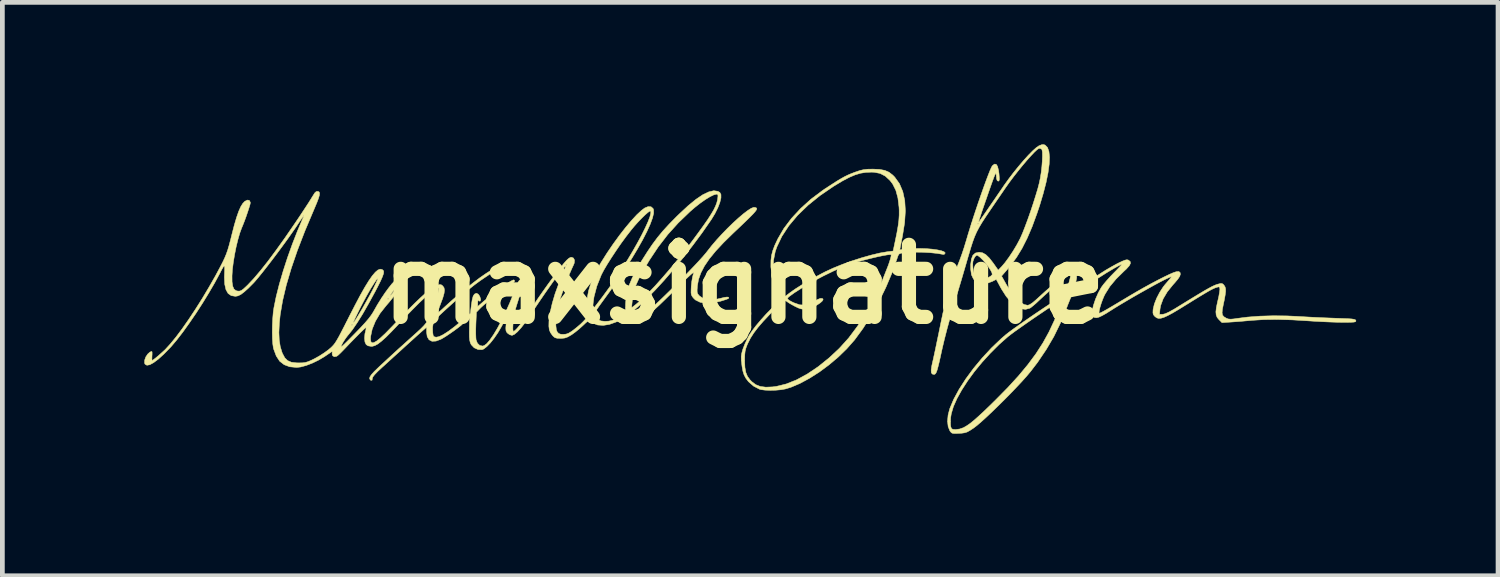
<source format=kicad_pcb>
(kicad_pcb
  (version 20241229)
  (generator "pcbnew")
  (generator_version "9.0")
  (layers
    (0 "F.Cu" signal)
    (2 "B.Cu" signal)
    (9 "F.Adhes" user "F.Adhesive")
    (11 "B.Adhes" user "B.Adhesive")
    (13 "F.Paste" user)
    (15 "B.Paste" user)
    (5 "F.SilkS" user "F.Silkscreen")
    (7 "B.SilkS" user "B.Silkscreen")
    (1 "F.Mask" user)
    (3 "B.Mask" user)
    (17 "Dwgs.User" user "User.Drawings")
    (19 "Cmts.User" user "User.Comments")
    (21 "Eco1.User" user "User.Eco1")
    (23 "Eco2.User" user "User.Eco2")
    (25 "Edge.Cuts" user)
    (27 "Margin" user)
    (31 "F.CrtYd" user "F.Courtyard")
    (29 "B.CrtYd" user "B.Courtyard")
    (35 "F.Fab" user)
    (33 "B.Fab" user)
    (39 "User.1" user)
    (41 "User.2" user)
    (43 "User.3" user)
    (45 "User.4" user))
  (footprint "maxsignature"
    (layer "F.Cu")
    (at 12.675 2.958)
    (property "Reference" "maxsignature" (at 0 0 0) (layer "F.SilkS") (effects (font (size 1.524 1.524) (thickness 0.3))))
    (attr through_hole)
    (fp_poly (pts (xy 2.865 -2.428) (xy 2.974 -2.407) (xy 3.063 -2.368) (xy 3.143 -2.306) (xy 3.183 -2.265) (xy 3.283 -2.126) (xy 3.353 -1.961) (xy 3.395 -1.77) (xy 3.408 -1.55) (xy 3.392 -1.302) (xy 3.348 -1.026) (xy 3.29 -0.729) (xy 3.47 -0.747) (xy 3.594 -0.756) (xy 3.724 -0.757) (xy 3.852 -0.753) (xy 3.973 -0.743) (xy 4.08 -0.728) (xy 4.166 -0.71) (xy 4.224 -0.689) (xy 4.249 -0.665) (xy 4.249 -0.658) (xy 4.228 -0.632) (xy 4.212 -0.631) (xy 4.081 -0.653) (xy 3.923 -0.669) (xy 3.752 -0.678) (xy 3.583 -0.679) (xy 3.431 -0.672) (xy 3.361 -0.664) (xy 3.307 -0.655) (xy 3.275 -0.639) (xy 3.254 -0.606) (xy 3.233 -0.545) (xy 3.229 -0.532) (xy 3.124 -0.237) (xy 2.995 0.067) (xy 2.847 0.371) (xy 2.684 0.663) (xy 2.512 0.933) (xy 2.337 1.172) (xy 2.327 1.184) (xy 2.169 1.363) (xy 1.989 1.538) (xy 1.793 1.703) (xy 1.588 1.855) (xy 1.38 1.987) (xy 1.178 2.096) (xy 0.987 2.177) (xy 0.875 2.211) (xy 0.782 2.228) (xy 0.67 2.238) (xy 0.553 2.241) (xy 0.444 2.237) (xy 0.358 2.226) (xy 0.328 2.218) (xy 0.202 2.153) (xy 0.092 2.058) (xy 0.035 1.982) (xy -0.001 1.913) (xy -0.025 1.838) (xy -0.043 1.742) (xy -0.049 1.693) (xy -0.059 1.598) (xy -0.059 1.584) (xy 0.011 1.584) (xy 0.011 1.619) (xy 0.017 1.755) (xy 0.036 1.861) (xy 0.071 1.946) (xy 0.126 2.02) (xy 0.163 2.058) (xy 0.246 2.121) (xy 0.343 2.159) (xy 0.459 2.174) (xy 0.602 2.168) (xy 0.684 2.157) (xy 0.891 2.106) (xy 1.109 2.019) (xy 1.335 1.896) (xy 1.567 1.74) (xy 1.799 1.553) (xy 2.011 1.355) (xy 2.208 1.137) (xy 2.399 0.882) (xy 2.581 0.597) (xy 2.751 0.285) (xy 2.907 -0.046) (xy 3.044 -0.393) (xy 3.06 -0.438) (xy 3.086 -0.518) (xy 3.103 -0.581) (xy 3.108 -0.62) (xy 3.107 -0.626) (xy 3.08 -0.628) (xy 3.019 -0.621) (xy 2.931 -0.605) (xy 2.824 -0.583) (xy 2.705 -0.555) (xy 2.58 -0.524) (xy 2.457 -0.491) (xy 2.342 -0.458) (xy 2.29 -0.441) (xy 2.102 -0.373) (xy 1.894 -0.283) (xy 1.676 -0.177) (xy 1.458 -0.062) (xy 1.251 0.058) (xy 1.065 0.177) (xy 0.945 0.264) (xy 0.921 0.289) (xy 0.922 0.312) (xy 0.952 0.339) (xy 1.017 0.374) (xy 1.053 0.391) (xy 1.176 0.434) (xy 1.291 0.438) (xy 1.405 0.403) (xy 1.477 0.363) (xy 1.541 0.326) (xy 1.599 0.302) (xy 1.626 0.296) (xy 1.664 0.305) (xy 1.669 0.327) (xy 1.647 0.359) (xy 1.604 0.396) (xy 1.545 0.435) (xy 1.477 0.471) (xy 1.404 0.5) (xy 1.333 0.518) (xy 1.323 0.52) (xy 1.256 0.525) (xy 1.203 0.52) (xy 1.146 0.5) (xy 1.075 0.466) (xy 1.003 0.427) (xy 0.942 0.391) (xy 0.907 0.366) (xy 0.886 0.352) (xy 0.863 0.349) (xy 0.834 0.36) (xy 0.794 0.388) (xy 0.74 0.436) (xy 0.666 0.509) (xy 0.569 0.608) (xy 0.538 0.64) (xy 0.4 0.787) (xy 0.29 0.915) (xy 0.203 1.03) (xy 0.134 1.138) (xy 0.079 1.247) (xy 0.064 1.28) (xy 0.038 1.349) (xy 0.022 1.413) (xy 0.014 1.486) (xy 0.011 1.584) (xy -0.059 1.584) (xy -0.061 1.528) (xy -0.053 1.469) (xy -0.036 1.402) (xy -0.023 1.362) (xy 0.015 1.265) (xy 0.064 1.159) (xy 0.107 1.077) (xy 0.169 0.984) (xy 0.255 0.871) (xy 0.357 0.75) (xy 0.467 0.628) (xy 0.577 0.515) (xy 0.674 0.425) (xy 0.734 0.37) (xy 0.78 0.325) (xy 0.803 0.297) (xy 0.804 0.293) (xy 0.793 0.267) (xy 0.763 0.22) (xy 0.732 0.175) (xy 0.645 0.02) (xy 0.59 -0.159) (xy 0.573 -0.31) (xy 0.62 -0.31) (xy 0.654 -0.121) (xy 0.721 0.053) (xy 0.763 0.126) (xy 0.805 0.189) (xy 0.84 0.234) (xy 0.86 0.254) (xy 0.86 0.254) (xy 0.887 0.242) (xy 0.908 0.225) (xy 0.984 0.167) (xy 1.089 0.094) (xy 1.217 0.013) (xy 1.36 -0.072) (xy 1.509 -0.156) (xy 1.657 -0.235) (xy 1.709 -0.262) (xy 1.879 -0.341) (xy 2.071 -0.419) (xy 2.276 -0.493) (xy 2.484 -0.56) (xy 2.685 -0.617) (xy 2.869 -0.661) (xy 3.026 -0.688) (xy 3.03 -0.688) (xy 3.149 -0.703) (xy 3.193 -0.912) (xy 3.229 -1.087) (xy 3.254 -1.231) (xy 3.27 -1.352) (xy 3.277 -1.462) (xy 3.277 -1.568) (xy 3.274 -1.63) (xy 3.25 -1.825) (xy 3.206 -1.987) (xy 3.139 -2.121) (xy 3.084 -2.193) (xy 2.984 -2.286) (xy 2.875 -2.343) (xy 2.747 -2.368) (xy 2.691 -2.37) (xy 2.572 -2.365) (xy 2.459 -2.347) (xy 2.344 -2.312) (xy 2.22 -2.259) (xy 2.08 -2.185) (xy 1.915 -2.086) (xy 1.892 -2.072) (xy 1.605 -1.876) (xy 1.35 -1.67) (xy 1.129 -1.456) (xy 0.945 -1.237) (xy 0.798 -1.013) (xy 0.691 -0.788) (xy 0.658 -0.691) (xy 0.621 -0.503) (xy 0.62 -0.31) (xy 0.573 -0.31) (xy 0.566 -0.364) (xy 0.566 -0.388) (xy 0.567 -0.505) (xy 0.579 -0.608) (xy 0.605 -0.709) (xy 0.647 -0.821) (xy 0.71 -0.955) (xy 0.714 -0.963) (xy 0.839 -1.178) (xy 1.001 -1.393) (xy 1.195 -1.602) (xy 1.413 -1.799) (xy 1.653 -1.979) (xy 1.708 -2.017) (xy 1.847 -2.107) (xy 1.957 -2.178) (xy 2.047 -2.232) (xy 2.122 -2.274) (xy 2.191 -2.308) (xy 2.259 -2.337) (xy 2.334 -2.366) (xy 2.348 -2.371) (xy 2.442 -2.403) (xy 2.522 -2.422) (xy 2.607 -2.432) (xy 2.713 -2.434) (xy 2.724 -2.434) (xy 2.865 -2.428)) (stroke (width 0.01) (type solid)) (fill yes) (layer "F.SilkS"))
    (fp_poly (pts (xy 6.363 -2.941) (xy 6.412 -2.891) (xy 6.442 -2.806) (xy 6.454 -2.687) (xy 6.447 -2.536) (xy 6.423 -2.357) (xy 6.381 -2.15) (xy 6.321 -1.918) (xy 6.245 -1.664) (xy 6.191 -1.503) (xy 6.088 -1.221) (xy 5.983 -0.976) (xy 5.874 -0.76) (xy 5.756 -0.567) (xy 5.626 -0.39) (xy 5.554 -0.304) (xy 5.441 -0.174) (xy 5.545 0.011) (xy 5.638 0.16) (xy 5.733 0.281) (xy 5.827 0.371) (xy 5.917 0.427) (xy 5.994 0.444) (xy 6.037 0.429) (xy 6.1 0.387) (xy 6.17 0.327) (xy 6.359 0.155) (xy 6.52 0.014) (xy 6.654 -0.098) (xy 6.763 -0.182) (xy 6.848 -0.238) (xy 6.911 -0.267) (xy 6.945 -0.271) (xy 6.997 -0.252) (xy 7.025 -0.209) (xy 7.028 -0.138) (xy 7.008 -0.037) (xy 6.991 0.033) (xy 6.98 0.085) (xy 6.977 0.106) (xy 6.978 0.106) (xy 7 0.095) (xy 7.051 0.067) (xy 7.123 0.024) (xy 7.21 -0.028) (xy 7.303 -0.086) (xy 7.397 -0.144) (xy 7.484 -0.198) (xy 7.544 -0.237) (xy 7.647 -0.302) (xy 7.762 -0.369) (xy 7.869 -0.428) (xy 7.906 -0.447) (xy 7.992 -0.488) (xy 8.051 -0.511) (xy 8.09 -0.519) (xy 8.118 -0.513) (xy 8.125 -0.509) (xy 8.16 -0.48) (xy 8.165 -0.442) (xy 8.139 -0.391) (xy 8.079 -0.324) (xy 8.027 -0.276) (xy 7.86 -0.111) (xy 7.729 0.046) (xy 7.632 0.201) (xy 7.61 0.243) (xy 7.576 0.323) (xy 7.545 0.409) (xy 7.52 0.491) (xy 7.504 0.559) (xy 7.501 0.602) (xy 7.504 0.611) (xy 7.516 0.609) (xy 7.547 0.596) (xy 7.598 0.569) (xy 7.673 0.527) (xy 7.775 0.467) (xy 7.906 0.389) (xy 8.07 0.291) (xy 8.118 0.262) (xy 8.276 0.169) (xy 8.435 0.078) (xy 8.591 -0.008) (xy 8.739 -0.086) (xy 8.872 -0.154) (xy 8.986 -0.209) (xy 9.074 -0.247) (xy 9.133 -0.266) (xy 9.136 -0.267) (xy 9.187 -0.27) (xy 9.212 -0.25) (xy 9.215 -0.244) (xy 9.219 -0.209) (xy 9.204 -0.166) (xy 9.166 -0.109) (xy 9.102 -0.033) (xy 9.059 0.015) (xy 8.942 0.161) (xy 8.856 0.306) (xy 8.804 0.446) (xy 8.79 0.519) (xy 8.778 0.635) (xy 8.845 0.635) (xy 8.899 0.622) (xy 8.983 0.584) (xy 9.097 0.52) (xy 9.139 0.494) (xy 9.331 0.376) (xy 9.491 0.278) (xy 9.623 0.198) (xy 9.729 0.135) (xy 9.814 0.087) (xy 9.88 0.051) (xy 9.933 0.026) (xy 9.974 0.009) (xy 10 0.000249) (xy 10.062 -0.016) (xy 10.098 -0.017) (xy 10.124 -0.001) (xy 10.144 0.022) (xy 10.164 0.055) (xy 10.175 0.095) (xy 10.176 0.151) (xy 10.166 0.229) (xy 10.147 0.335) (xy 10.127 0.429) (xy 10.107 0.532) (xy 10.101 0.603) (xy 10.111 0.652) (xy 10.14 0.686) (xy 10.188 0.715) (xy 10.193 0.718) (xy 10.235 0.733) (xy 10.284 0.737) (xy 10.354 0.731) (xy 10.403 0.723) (xy 10.637 0.693) (xy 10.9 0.673) (xy 11.181 0.665) (xy 11.469 0.668) (xy 11.689 0.678) (xy 11.857 0.688) (xy 12.046 0.698) (xy 12.238 0.707) (xy 12.417 0.714) (xy 12.52 0.718) (xy 12.661 0.723) (xy 12.765 0.727) (xy 12.838 0.732) (xy 12.885 0.739) (xy 12.912 0.747) (xy 12.925 0.758) (xy 12.929 0.767) (xy 12.928 0.782) (xy 12.916 0.792) (xy 12.886 0.799) (xy 12.832 0.802) (xy 12.746 0.804) (xy 12.643 0.804) (xy 12.524 0.802) (xy 12.376 0.797) (xy 12.213 0.79) (xy 12.049 0.781) (xy 11.927 0.773) (xy 11.583 0.752) (xy 11.269 0.743) (xy 10.987 0.746) (xy 10.742 0.761) (xy 10.721 0.763) (xy 10.598 0.774) (xy 10.46 0.786) (xy 10.333 0.795) (xy 10.304 0.797) (xy 10.099 0.81) (xy 10.034 0.745) (xy 9.997 0.7) (xy 9.976 0.648) (xy 9.97 0.582) (xy 9.98 0.493) (xy 10.004 0.375) (xy 10.012 0.343) (xy 10.032 0.254) (xy 10.046 0.173) (xy 10.054 0.116) (xy 10.054 0.106) (xy 10.05 0.064) (xy 10.03 0.054) (xy 9.995 0.062) (xy 9.96 0.073) (xy 9.923 0.089) (xy 9.877 0.111) (xy 9.819 0.143) (xy 9.744 0.187) (xy 9.647 0.245) (xy 9.524 0.32) (xy 9.37 0.416) (xy 9.348 0.429) (xy 9.188 0.528) (xy 9.058 0.605) (xy 8.954 0.661) (xy 8.873 0.698) (xy 8.81 0.717) (xy 8.761 0.721) (xy 8.722 0.71) (xy 8.688 0.686) (xy 8.678 0.677) (xy 8.65 0.643) (xy 8.64 0.604) (xy 8.642 0.544) (xy 8.645 0.521) (xy 8.67 0.416) (xy 8.718 0.294) (xy 8.783 0.169) (xy 8.857 0.055) (xy 8.893 0.009) (xy 8.961 -0.07) (xy 9.005 -0.122) (xy 9.026 -0.15) (xy 9.028 -0.16) (xy 9.013 -0.157) (xy 8.983 -0.144) (xy 8.973 -0.139) (xy 8.9 -0.105) (xy 8.798 -0.053) (xy 8.673 0.014) (xy 8.533 0.092) (xy 8.383 0.176) (xy 8.23 0.263) (xy 8.082 0.35) (xy 7.944 0.432) (xy 7.824 0.505) (xy 7.771 0.539) (xy 7.654 0.613) (xy 7.565 0.663) (xy 7.499 0.694) (xy 7.45 0.707) (xy 7.412 0.704) (xy 7.393 0.696) (xy 7.36 0.673) (xy 7.348 0.643) (xy 7.351 0.59) (xy 7.353 0.576) (xy 7.38 0.453) (xy 7.426 0.314) (xy 7.485 0.179) (xy 7.548 0.066) (xy 7.595 0.002) (xy 7.664 -0.08) (xy 7.743 -0.168) (xy 7.811 -0.238) (xy 7.88 -0.308) (xy 7.936 -0.367) (xy 7.972 -0.407) (xy 7.984 -0.423) (xy 7.984 -0.423) (xy 7.957 -0.413) (xy 7.901 -0.384) (xy 7.825 -0.342) (xy 7.737 -0.29) (xy 7.644 -0.234) (xy 7.555 -0.177) (xy 7.533 -0.163) (xy 7.456 -0.114) (xy 7.366 -0.057) (xy 7.268 0.003) (xy 7.171 0.062) (xy 7.083 0.116) (xy 7.01 0.159) (xy 6.961 0.187) (xy 6.946 0.194) (xy 6.933 0.215) (xy 6.908 0.269) (xy 6.875 0.349) (xy 6.836 0.446) (xy 6.817 0.497) (xy 6.687 0.815) (xy 6.546 1.104) (xy 6.386 1.377) (xy 6.202 1.649) (xy 6.055 1.841) (xy 5.979 1.932) (xy 5.882 2.041) (xy 5.767 2.164) (xy 5.641 2.296) (xy 5.508 2.431) (xy 5.373 2.565) (xy 5.242 2.692) (xy 5.119 2.808) (xy 5.009 2.908) (xy 4.918 2.986) (xy 4.851 3.037) (xy 4.772 3.089) (xy 4.714 3.121) (xy 4.661 3.138) (xy 4.598 3.147) (xy 4.542 3.15) (xy 4.463 3.153) (xy 4.413 3.151) (xy 4.384 3.139) (xy 4.361 3.115) (xy 4.349 3.098) (xy 4.312 3.008) (xy 4.3 2.901) (xy 4.362 2.901) (xy 4.363 2.973) (xy 4.369 3.015) (xy 4.383 3.049) (xy 4.411 3.065) (xy 4.467 3.069) (xy 4.472 3.069) (xy 4.555 3.058) (xy 4.638 3.029) (xy 4.646 3.024) (xy 4.708 2.988) (xy 4.776 2.941) (xy 4.854 2.878) (xy 4.947 2.796) (xy 5.058 2.694) (xy 5.191 2.566) (xy 5.321 2.438) (xy 5.578 2.177) (xy 5.802 1.932) (xy 5.997 1.697) (xy 6.166 1.469) (xy 6.314 1.24) (xy 6.443 1.006) (xy 6.558 0.761) (xy 6.662 0.501) (xy 6.666 0.491) (xy 6.692 0.414) (xy 6.707 0.359) (xy 6.709 0.332) (xy 6.704 0.331) (xy 6.617 0.385) (xy 6.507 0.456) (xy 6.381 0.54) (xy 6.245 0.632) (xy 6.105 0.727) (xy 5.968 0.822) (xy 5.84 0.912) (xy 5.728 0.991) (xy 5.639 1.057) (xy 5.579 1.104) (xy 5.577 1.105) (xy 5.385 1.275) (xy 5.201 1.459) (xy 5.027 1.65) (xy 4.866 1.846) (xy 4.723 2.042) (xy 4.599 2.234) (xy 4.498 2.416) (xy 4.423 2.585) (xy 4.378 2.736) (xy 4.365 2.819) (xy 4.362 2.901) (xy 4.3 2.901) (xy 4.299 2.892) (xy 4.311 2.761) (xy 4.346 2.628) (xy 4.428 2.432) (xy 4.543 2.22) (xy 4.685 1.999) (xy 4.849 1.776) (xy 5.032 1.556) (xy 5.228 1.345) (xy 5.433 1.149) (xy 5.531 1.065) (xy 5.593 1.016) (xy 5.684 0.949) (xy 5.798 0.868) (xy 5.928 0.777) (xy 6.067 0.681) (xy 6.21 0.584) (xy 6.349 0.491) (xy 6.478 0.406) (xy 6.591 0.333) (xy 6.681 0.278) (xy 6.702 0.265) (xy 6.763 0.208) (xy 6.811 0.119) (xy 6.84 0.037) (xy 6.867 -0.045) (xy 6.887 -0.12) (xy 6.898 -0.175) (xy 6.897 -0.201) (xy 6.897 -0.201) (xy 6.875 -0.195) (xy 6.826 -0.164) (xy 6.756 -0.112) (xy 6.669 -0.043) (xy 6.571 0.038) (xy 6.466 0.129) (xy 6.358 0.225) (xy 6.253 0.322) (xy 6.244 0.33) (xy 6.173 0.397) (xy 6.108 0.453) (xy 6.058 0.493) (xy 6.039 0.505) (xy 5.947 0.53) (xy 5.849 0.516) (xy 5.746 0.464) (xy 5.642 0.377) (xy 5.539 0.256) (xy 5.441 0.103) (xy 5.419 0.064) (xy 5.329 -0.104) (xy 5.247 -0.062) (xy 5.125 -0.016) (xy 5.017 -0.008) (xy 4.925 -0.038) (xy 4.913 -0.046) (xy 4.847 -0.111) (xy 4.805 -0.2) (xy 4.788 -0.319) (xy 4.788 -0.417) (xy 4.789 -0.427) (xy 4.831 -0.427) (xy 4.836 -0.354) (xy 4.843 -0.31) (xy 4.867 -0.2) (xy 4.904 -0.129) (xy 4.957 -0.095) (xy 5.031 -0.095) (xy 5.129 -0.128) (xy 5.161 -0.143) (xy 5.211 -0.172) (xy 5.242 -0.202) (xy 5.243 -0.206) (xy 5.238 -0.242) (xy 5.209 -0.299) (xy 5.163 -0.369) (xy 5.106 -0.443) (xy 5.046 -0.513) (xy 4.988 -0.57) (xy 4.941 -0.606) (xy 4.917 -0.614) (xy 4.891 -0.596) (xy 4.862 -0.552) (xy 4.854 -0.534) (xy 4.836 -0.482) (xy 4.831 -0.427) (xy 4.789 -0.427) (xy 4.803 -0.533) (xy 4.835 -0.614) (xy 4.888 -0.661) (xy 4.963 -0.677) (xy 4.969 -0.677) (xy 5.04 -0.665) (xy 5.109 -0.626) (xy 5.181 -0.556) (xy 5.263 -0.451) (xy 5.268 -0.444) (xy 5.37 -0.299) (xy 5.445 -0.377) (xy 5.517 -0.462) (xy 5.599 -0.574) (xy 5.684 -0.702) (xy 5.763 -0.834) (xy 5.83 -0.96) (xy 5.839 -0.979) (xy 5.884 -1.081) (xy 5.936 -1.214) (xy 5.994 -1.369) (xy 6.053 -1.537) (xy 6.11 -1.708) (xy 6.162 -1.873) (xy 6.207 -2.022) (xy 6.237 -2.138) (xy 6.259 -2.243) (xy 6.278 -2.361) (xy 6.292 -2.483) (xy 6.301 -2.601) (xy 6.305 -2.707) (xy 6.304 -2.79) (xy 6.295 -2.844) (xy 6.29 -2.854) (xy 6.254 -2.873) (xy 6.226 -2.869) (xy 6.191 -2.845) (xy 6.135 -2.793) (xy 6.063 -2.717) (xy 5.979 -2.623) (xy 5.887 -2.515) (xy 5.793 -2.399) (xy 5.7 -2.281) (xy 5.613 -2.165) (xy 5.536 -2.057) (xy 5.535 -2.056) (xy 5.456 -1.94) (xy 5.372 -1.818) (xy 5.292 -1.701) (xy 5.225 -1.603) (xy 5.211 -1.582) (xy 5.11 -1.433) (xy 5.03 -1.31) (xy 4.966 -1.203) (xy 4.914 -1.104) (xy 4.87 -1.004) (xy 4.83 -0.895) (xy 4.789 -0.767) (xy 4.743 -0.611) (xy 4.742 -0.609) (xy 4.696 -0.45) (xy 4.645 -0.276) (xy 4.594 -0.102) (xy 4.546 0.058) (xy 4.513 0.169) (xy 4.427 0.457) (xy 4.353 0.711) (xy 4.29 0.939) (xy 4.236 1.149) (xy 4.189 1.346) (xy 4.16 1.478) (xy 4.128 1.624) (xy 4.101 1.733) (xy 4.08 1.811) (xy 4.061 1.862) (xy 4.043 1.891) (xy 4.025 1.903) (xy 4.013 1.905) (xy 3.976 1.896) (xy 3.956 1.867) (xy 3.953 1.811) (xy 3.966 1.724) (xy 3.98 1.659) (xy 3.996 1.589) (xy 4.019 1.484) (xy 4.047 1.353) (xy 4.078 1.203) (xy 4.112 1.041) (xy 4.146 0.874) (xy 4.149 0.857) (xy 4.198 0.624) (xy 4.236 0.455) (xy 4.276 0.455) (xy 4.286 0.466) (xy 4.297 0.455) (xy 4.286 0.445) (xy 4.276 0.455) (xy 4.236 0.455) (xy 4.243 0.425) (xy 4.259 0.36) (xy 4.297 0.36) (xy 4.305 0.377) (xy 4.311 0.374) (xy 4.313 0.349) (xy 4.311 0.346) (xy 4.298 0.349) (xy 4.297 0.36) (xy 4.259 0.36) (xy 4.274 0.296) (xy 4.318 0.296) (xy 4.326 0.314) (xy 4.332 0.31) (xy 4.335 0.285) (xy 4.332 0.282) (xy 4.32 0.285) (xy 4.318 0.296) (xy 4.274 0.296) (xy 4.285 0.252) (xy 4.294 0.22) (xy 4.341 0.22) (xy 4.345 0.248) (xy 4.352 0.248) (xy 4.357 0.22) (xy 4.354 0.208) (xy 4.344 0.2) (xy 4.341 0.22) (xy 4.294 0.22) (xy 4.315 0.148) (xy 4.36 0.148) (xy 4.368 0.166) (xy 4.374 0.162) (xy 4.377 0.137) (xy 4.374 0.134) (xy 4.362 0.137) (xy 4.36 0.148) (xy 4.315 0.148) (xy 4.329 0.097) (xy 4.333 0.085) (xy 4.381 0.085) (xy 4.389 0.102) (xy 4.396 0.099) (xy 4.398 0.074) (xy 4.396 0.071) (xy 4.383 0.073) (xy 4.381 0.085) (xy 4.333 0.085) (xy 4.353 0.021) (xy 4.403 0.021) (xy 4.41 0.039) (xy 4.417 0.035) (xy 4.419 0.01) (xy 4.417 0.007) (xy 4.404 0.01) (xy 4.403 0.021) (xy 4.353 0.021) (xy 4.374 -0.042) (xy 4.424 -0.042) (xy 4.432 -0.025) (xy 4.438 -0.028) (xy 4.44 -0.053) (xy 4.438 -0.056) (xy 4.425 -0.054) (xy 4.424 -0.042) (xy 4.374 -0.042) (xy 4.375 -0.047) (xy 4.393 -0.095) (xy 4.445 -0.095) (xy 4.456 -0.085) (xy 4.466 -0.095) (xy 4.456 -0.106) (xy 4.445 -0.095) (xy 4.393 -0.095) (xy 4.426 -0.187) (xy 4.485 -0.333) (xy 4.514 -0.402) (xy 4.556 -0.509) (xy 4.604 -0.641) (xy 4.651 -0.782) (xy 4.692 -0.917) (xy 4.697 -0.933) (xy 4.737 -1.069) (xy 4.784 -1.221) (xy 4.803 -1.281) (xy 4.932 -1.281) (xy 4.942 -1.27) (xy 4.953 -1.281) (xy 4.942 -1.291) (xy 4.932 -1.281) (xy 4.803 -1.281) (xy 4.836 -1.385) (xy 4.892 -1.555) (xy 4.949 -1.725) (xy 5.007 -1.892) (xy 5.062 -2.048) (xy 5.114 -2.19) (xy 5.16 -2.312) (xy 5.198 -2.408) (xy 5.228 -2.474) (xy 5.244 -2.503) (xy 5.29 -2.54) (xy 5.327 -2.536) (xy 5.356 -2.492) (xy 5.377 -2.407) (xy 5.387 -2.334) (xy 5.393 -2.253) (xy 5.393 -2.207) (xy 5.385 -2.185) (xy 5.369 -2.18) (xy 5.348 -2.192) (xy 5.335 -2.233) (xy 5.33 -2.289) (xy 5.327 -2.321) (xy 5.323 -2.339) (xy 5.316 -2.34) (xy 5.304 -2.321) (xy 5.285 -2.277) (xy 5.258 -2.205) (xy 5.221 -2.102) (xy 5.172 -1.963) (xy 5.151 -1.902) (xy 5.103 -1.763) (xy 5.058 -1.634) (xy 5.02 -1.523) (xy 4.991 -1.434) (xy 4.972 -1.375) (xy 4.965 -1.355) (xy 4.958 -1.32) (xy 4.966 -1.322) (xy 4.979 -1.341) (xy 5.001 -1.373) (xy 5.042 -1.432) (xy 5.095 -1.508) (xy 5.147 -1.584) (xy 5.21 -1.676) (xy 5.289 -1.79) (xy 5.374 -1.915) (xy 5.459 -2.038) (xy 5.493 -2.089) (xy 5.59 -2.224) (xy 5.694 -2.361) (xy 5.802 -2.494) (xy 5.908 -2.619) (xy 6.009 -2.73) (xy 6.1 -2.822) (xy 6.176 -2.89) (xy 6.232 -2.928) (xy 6.233 -2.928) (xy 6.291 -2.951) (xy 6.332 -2.953) (xy 6.363 -2.941)) (stroke (width 0.01) (type solid)) (fill yes) (layer "F.SilkS"))
    (fp_poly (pts (xy -0.555 -1.965) (xy -0.513 -1.942) (xy -0.489 -1.897) (xy -0.489 -1.825) (xy -0.512 -1.73) (xy -0.555 -1.618) (xy -0.616 -1.495) (xy -0.694 -1.366) (xy -0.705 -1.351) (xy -0.89 -1.085) (xy -1.086 -0.821) (xy -1.287 -0.562) (xy -1.49 -0.315) (xy -1.69 -0.084) (xy -1.883 0.126) (xy -2.064 0.31) (xy -2.23 0.463) (xy -2.254 0.484) (xy -2.31 0.532) (xy -2.338 0.562) (xy -2.341 0.582) (xy -2.325 0.599) (xy -2.319 0.604) (xy -2.249 0.631) (xy -2.161 0.627) (xy -2.079 0.599) (xy -2.04 0.572) (xy -1.975 0.518) (xy -1.889 0.442) (xy -1.787 0.347) (xy -1.673 0.237) (xy -1.55 0.117) (xy -1.423 -0.009) (xy -1.296 -0.137) (xy -1.173 -0.263) (xy -1.058 -0.383) (xy -0.956 -0.492) (xy -0.87 -0.587) (xy -0.805 -0.664) (xy -0.777 -0.699) (xy -0.686 -0.815) (xy -0.582 -0.937) (xy -0.469 -1.06) (xy -0.352 -1.181) (xy -0.235 -1.295) (xy -0.121 -1.399) (xy -0.017 -1.488) (xy 0.075 -1.558) (xy 0.15 -1.606) (xy 0.203 -1.626) (xy 0.214 -1.626) (xy 0.243 -1.621) (xy 0.262 -1.612) (xy 0.268 -1.597) (xy 0.26 -1.573) (xy 0.234 -1.537) (xy 0.19 -1.487) (xy 0.123 -1.419) (xy 0.033 -1.331) (xy -0.084 -1.219) (xy -0.229 -1.082) (xy -0.232 -1.079) (xy -0.433 -0.882) (xy -0.601 -0.702) (xy -0.735 -0.538) (xy -0.839 -0.385) (xy -0.914 -0.241) (xy -0.963 -0.103) (xy -0.987 0.032) (xy -0.987 0.036) (xy -0.993 0.116) (xy -0.992 0.166) (xy -0.981 0.2) (xy -0.957 0.231) (xy -0.939 0.249) (xy -0.856 0.303) (xy -0.745 0.328) (xy -0.612 0.322) (xy -0.497 0.296) (xy -0.419 0.277) (xy -0.361 0.269) (xy -0.332 0.273) (xy -0.323 0.286) (xy -0.33 0.299) (xy -0.36 0.313) (xy -0.419 0.333) (xy -0.5 0.358) (xy -0.663 0.394) (xy -0.809 0.401) (xy -0.932 0.379) (xy -1.03 0.33) (xy -1.07 0.291) (xy -1.098 0.255) (xy -1.114 0.222) (xy -1.121 0.18) (xy -1.12 0.116) (xy -1.117 0.043) (xy -1.107 -0.053) (xy -1.092 -0.143) (xy -1.075 -0.212) (xy -1.071 -0.222) (xy -1.065 -0.241) (xy -1.071 -0.246) (xy -1.092 -0.234) (xy -1.129 -0.203) (xy -1.186 -0.151) (xy -1.266 -0.076) (xy -1.369 0.026) (xy -1.5 0.155) (xy -1.509 0.164) (xy -1.658 0.31) (xy -1.781 0.429) (xy -1.882 0.522) (xy -1.966 0.594) (xy -2.035 0.646) (xy -2.095 0.682) (xy -2.148 0.704) (xy -2.198 0.716) (xy -2.249 0.72) (xy -2.257 0.72) (xy -2.33 0.71) (xy -2.394 0.687) (xy -2.433 0.669) (xy -2.465 0.667) (xy -2.504 0.684) (xy -2.557 0.717) (xy -2.703 0.796) (xy -2.845 0.847) (xy -2.976 0.868) (xy -3.094 0.86) (xy -3.191 0.823) (xy -3.251 0.77) (xy -3.269 0.762) (xy -3.298 0.775) (xy -3.345 0.813) (xy -3.403 0.868) (xy -3.481 0.939) (xy -3.567 1.009) (xy -3.643 1.064) (xy -3.649 1.068) (xy -3.725 1.112) (xy -3.788 1.135) (xy -3.857 1.143) (xy -3.881 1.143) (xy -3.952 1.14) (xy -3.997 1.128) (xy -4.033 1.099) (xy -4.052 1.078) (xy -4.093 1.02) (xy -4.117 0.961) (xy -4.126 0.887) (xy -4.124 0.786) (xy -4.121 0.754) (xy -4.098 0.592) (xy -4.055 0.403) (xy -3.995 0.2) (xy -3.919 -0.009) (xy -3.904 -0.047) (xy -3.854 -0.169) (xy -3.818 -0.258) (xy -3.794 -0.317) (xy -3.781 -0.353) (xy -3.777 -0.371) (xy -3.778 -0.376) (xy -3.785 -0.373) (xy -3.789 -0.37) (xy -3.819 -0.342) (xy -3.868 -0.282) (xy -3.935 -0.194) (xy -4.017 -0.082) (xy -4.11 0.049) (xy -4.213 0.196) (xy -4.322 0.356) (xy -4.434 0.523) (xy -4.543 0.688) (xy -4.631 0.815) (xy -4.715 0.922) (xy -4.791 1.005) (xy -4.855 1.058) (xy -4.903 1.079) (xy -4.907 1.079) (xy -4.955 1.065) (xy -4.998 1.034) (xy -5.022 1.006) (xy -5.033 0.974) (xy -5.036 0.924) (xy -5.03 0.846) (xy -5.03 0.839) (xy -5.016 0.688) (xy -5.131 0.9) (xy -5.204 1.024) (xy -5.283 1.139) (xy -5.362 1.239) (xy -5.437 1.316) (xy -5.502 1.367) (xy -5.54 1.382) (xy -5.624 1.378) (xy -5.705 1.341) (xy -5.766 1.277) (xy -5.772 1.266) (xy -5.789 1.226) (xy -5.8 1.177) (xy -5.806 1.109) (xy -5.807 1.013) (xy -5.806 0.957) (xy -5.803 0.719) (xy -5.861 0.761) (xy -5.911 0.8) (xy -5.948 0.836) (xy -5.983 0.869) (xy -6.044 0.917) (xy -6.122 0.975) (xy -6.208 1.035) (xy -6.292 1.092) (xy -6.365 1.137) (xy -6.407 1.161) (xy -6.511 1.2) (xy -6.596 1.204) (xy -6.658 1.172) (xy -6.697 1.107) (xy -6.71 1.014) (xy -6.71 0.907) (xy -6.803 0.988) (xy -6.85 1.03) (xy -6.921 1.093) (xy -7.008 1.172) (xy -7.103 1.258) (xy -7.168 1.317) (xy -7.278 1.418) (xy -7.398 1.526) (xy -7.515 1.633) (xy -7.617 1.726) (xy -7.652 1.757) (xy -7.747 1.846) (xy -7.811 1.913) (xy -7.847 1.96) (xy -7.857 1.99) (xy -7.857 1.991) (xy -7.862 2.026) (xy -7.887 2.029) (xy -7.902 2.018) (xy -7.915 1.992) (xy -7.907 1.957) (xy -7.876 1.909) (xy -7.817 1.844) (xy -7.729 1.759) (xy -7.69 1.722) (xy -7.603 1.642) (xy -7.521 1.566) (xy -7.452 1.502) (xy -7.404 1.458) (xy -7.396 1.45) (xy -7.358 1.416) (xy -7.296 1.359) (xy -7.214 1.286) (xy -7.12 1.201) (xy -7.02 1.111) (xy -6.911 1.013) (xy -6.829 0.937) (xy -6.77 0.877) (xy -6.73 0.83) (xy -6.702 0.79) (xy -6.684 0.751) (xy -6.677 0.732) (xy -6.652 0.666) (xy -6.618 0.576) (xy -6.578 0.476) (xy -6.558 0.425) (xy -6.521 0.33) (xy -6.488 0.242) (xy -6.465 0.172) (xy -6.458 0.145) (xy -6.449 0.095) (xy -6.454 0.076) (xy -6.474 0.079) (xy -6.539 0.112) (xy -6.625 0.174) (xy -6.732 0.266) (xy -6.862 0.388) (xy -7.016 0.542) (xy -7.195 0.728) (xy -7.323 0.865) (xy -7.458 1.007) (xy -7.569 1.118) (xy -7.662 1.201) (xy -7.738 1.26) (xy -7.802 1.295) (xy -7.857 1.311) (xy -7.878 1.312) (xy -7.947 1.3) (xy -7.987 1.274) (xy -8.013 1.219) (xy -8.021 1.138) (xy -8.013 1.044) (xy -8.001 0.996) (xy -7.99 0.946) (xy -7.989 0.916) (xy -7.99 0.915) (xy -8.008 0.926) (xy -8.052 0.966) (xy -8.12 1.032) (xy -8.209 1.122) (xy -8.318 1.233) (xy -8.443 1.364) (xy -8.469 1.391) (xy -8.526 1.449) (xy -8.576 1.496) (xy -8.609 1.521) (xy -8.609 1.521) (xy -8.658 1.531) (xy -8.695 1.511) (xy -8.707 1.469) (xy -8.705 1.457) (xy -8.702 1.427) (xy -8.712 1.424) (xy -8.738 1.44) (xy -8.789 1.474) (xy -8.855 1.519) (xy -8.873 1.531) (xy -8.993 1.602) (xy -9.123 1.665) (xy -9.252 1.715) (xy -9.369 1.747) (xy -9.456 1.757) (xy -9.602 1.743) (xy -9.72 1.699) (xy -9.815 1.625) (xy -9.887 1.515) (xy -9.941 1.37) (xy -9.948 1.344) (xy -9.96 1.263) (xy -9.968 1.15) (xy -9.971 1.017) (xy -9.969 0.873) (xy -9.962 0.729) (xy -9.951 0.595) (xy -9.936 0.493) (xy -9.889 0.261) (xy -9.823 0.001) (xy -9.742 -0.277) (xy -9.649 -0.564) (xy -9.546 -0.852) (xy -9.437 -1.131) (xy -9.347 -1.343) (xy -9.32 -1.405) (xy -9.303 -1.447) (xy -9.3 -1.459) (xy -9.315 -1.439) (xy -9.349 -1.391) (xy -9.397 -1.32) (xy -9.454 -1.234) (xy -9.473 -1.206) (xy -9.555 -1.088) (xy -9.65 -0.953) (xy -9.755 -0.809) (xy -9.865 -0.66) (xy -9.976 -0.513) (xy -10.083 -0.374) (xy -10.182 -0.248) (xy -10.268 -0.142) (xy -10.336 -0.062) (xy -10.365 -0.03) (xy -10.474 0.08) (xy -10.563 0.16) (xy -10.634 0.214) (xy -10.694 0.244) (xy -10.747 0.254) (xy -10.752 0.254) (xy -10.839 0.239) (xy -10.905 0.193) (xy -10.95 0.113) (xy -10.976 -0.000408) (xy -10.983 -0.15) (xy -10.981 -0.213) (xy -10.977 -0.312) (xy -10.978 -0.37) (xy -10.986 -0.389) (xy -11.006 -0.368) (xy -11.04 -0.309) (xy -11.079 -0.233) (xy -11.188 -0.031) (xy -11.312 0.182) (xy -11.445 0.399) (xy -11.584 0.614) (xy -11.725 0.82) (xy -11.861 1.01) (xy -11.99 1.177) (xy -12.106 1.314) (xy -12.134 1.344) (xy -12.265 1.478) (xy -12.38 1.582) (xy -12.479 1.656) (xy -12.56 1.7) (xy -12.62 1.711) (xy -12.659 1.689) (xy -12.67 1.664) (xy -12.668 1.603) (xy -12.644 1.535) (xy -12.603 1.474) (xy -12.555 1.431) (xy -12.516 1.418) (xy -12.511 1.437) (xy -12.511 1.485) (xy -12.513 1.513) (xy -12.515 1.57) (xy -12.512 1.604) (xy -12.508 1.609) (xy -12.485 1.595) (xy -12.439 1.56) (xy -12.38 1.511) (xy -12.315 1.453) (xy -12.252 1.396) (xy -12.232 1.377) (xy -12.127 1.262) (xy -12.006 1.115) (xy -11.875 0.94) (xy -11.736 0.741) (xy -11.593 0.525) (xy -11.449 0.297) (xy -11.308 0.06) (xy -11.172 -0.178) (xy -11.071 -0.367) (xy -11.018 -0.47) (xy -10.977 -0.557) (xy -10.943 -0.639) (xy -10.913 -0.724) (xy -10.883 -0.825) (xy -10.85 -0.95) (xy -10.826 -1.048) (xy -10.774 -1.249) (xy -10.726 -1.412) (xy -10.681 -1.541) (xy -10.638 -1.638) (xy -10.595 -1.708) (xy -10.552 -1.753) (xy -10.498 -1.78) (xy -10.457 -1.774) (xy -10.436 -1.735) (xy -10.435 -1.721) (xy -10.442 -1.684) (xy -10.462 -1.618) (xy -10.49 -1.532) (xy -10.523 -1.435) (xy -10.559 -1.336) (xy -10.594 -1.247) (xy -10.62 -1.185) (xy -10.658 -1.081) (xy -10.697 -0.946) (xy -10.735 -0.79) (xy -10.768 -0.624) (xy -10.795 -0.46) (xy -10.814 -0.308) (xy -10.822 -0.18) (xy -10.821 -0.052) (xy -10.807 0.04) (xy -10.781 0.1) (xy -10.739 0.134) (xy -10.696 0.144) (xy -10.66 0.143) (xy -10.625 0.131) (xy -10.582 0.1) (xy -10.524 0.047) (xy -10.483 0.007) (xy -10.361 -0.123) (xy -10.221 -0.288) (xy -10.063 -0.487) (xy -9.89 -0.72) (xy -9.701 -0.984) (xy -9.499 -1.278) (xy -9.426 -1.386) (xy -9.346 -1.506) (xy -9.271 -1.62) (xy -9.205 -1.721) (xy -9.153 -1.804) (xy -9.119 -1.86) (xy -9.113 -1.869) (xy -9.074 -1.931) (xy -9.042 -1.96) (xy -9.01 -1.964) (xy -8.984 -1.954) (xy -8.972 -1.93) (xy -8.974 -1.887) (xy -8.993 -1.821) (xy -9.028 -1.728) (xy -9.081 -1.602) (xy -9.094 -1.571) (xy -9.281 -1.129) (xy -9.44 -0.717) (xy -9.571 -0.335) (xy -9.675 0.017) (xy -9.752 0.342) (xy -9.803 0.639) (xy -9.822 0.825) (xy -9.831 1.018) (xy -9.824 1.18) (xy -9.802 1.318) (xy -9.764 1.442) (xy -9.754 1.465) (xy -9.706 1.554) (xy -9.646 1.613) (xy -9.567 1.647) (xy -9.459 1.66) (xy -9.417 1.661) (xy -9.337 1.66) (xy -9.274 1.652) (xy -9.215 1.635) (xy -9.145 1.605) (xy -9.076 1.571) (xy -8.976 1.515) (xy -8.872 1.448) (xy -8.784 1.384) (xy -8.767 1.369) (xy -8.729 1.337) (xy -8.697 1.305) (xy -8.666 1.27) (xy -8.635 1.227) (xy -8.6 1.17) (xy -8.558 1.096) (xy -8.507 0.998) (xy -8.443 0.874) (xy -8.434 0.857) (xy -8.297 0.857) (xy -8.287 0.868) (xy -8.276 0.857) (xy -8.287 0.847) (xy -8.297 0.857) (xy -8.434 0.857) (xy -8.413 0.815) (xy -8.26 0.815) (xy -8.257 0.816) (xy -8.24 0.794) (xy -8.206 0.742) (xy -8.159 0.666) (xy -8.104 0.574) (xy -8.068 0.513) (xy -7.989 0.373) (xy -7.919 0.247) (xy -7.859 0.135) (xy -7.811 0.04) (xy -7.775 -0.035) (xy -7.752 -0.087) (xy -7.744 -0.115) (xy -7.752 -0.116) (xy -7.776 -0.087) (xy -7.817 -0.026) (xy -7.878 0.07) (xy -7.893 0.095) (xy -7.936 0.169) (xy -7.986 0.258) (xy -8.04 0.358) (xy -8.094 0.462) (xy -8.145 0.563) (xy -8.19 0.655) (xy -8.227 0.732) (xy -8.251 0.787) (xy -8.26 0.815) (xy -8.413 0.815) (xy -8.363 0.716) (xy -8.349 0.688) (xy -8.223 0.443) (xy -8.113 0.235) (xy -8.016 0.063) (xy -7.931 -0.075) (xy -7.858 -0.18) (xy -7.794 -0.255) (xy -7.74 -0.301) (xy -7.692 -0.32) (xy -7.651 -0.313) (xy -7.626 -0.294) (xy -7.616 -0.269) (xy -7.62 -0.227) (xy -7.642 -0.163) (xy -7.681 -0.074) (xy -7.74 0.044) (xy -7.793 0.146) (xy -7.932 0.401) (xy -8.059 0.624) (xy -8.175 0.81) (xy -8.278 0.961) (xy -8.367 1.073) (xy -8.372 1.077) (xy -8.422 1.143) (xy -8.473 1.222) (xy -8.495 1.263) (xy -8.511 1.297) (xy -8.517 1.316) (xy -8.51 1.318) (xy -8.487 1.301) (xy -8.445 1.262) (xy -8.381 1.199) (xy -8.292 1.109) (xy -8.229 1.045) (xy -8.107 0.919) (xy -8.012 0.816) (xy -7.939 0.731) (xy -7.883 0.657) (xy -7.84 0.591) (xy -7.826 0.566) (xy -7.75 0.432) (xy -7.672 0.307) (xy -7.535 0.307) (xy -7.525 0.318) (xy -7.514 0.307) (xy -7.525 0.296) (xy -7.535 0.307) (xy -7.672 0.307) (xy -7.67 0.303) (xy -7.637 0.254) (xy -7.484 0.254) (xy -7.468 0.238) (xy -7.436 0.197) (xy -7.408 0.159) (xy -7.374 0.107) (xy -7.355 0.072) (xy -7.353 0.064) (xy -7.37 0.079) (xy -7.402 0.121) (xy -7.429 0.159) (xy -7.464 0.211) (xy -7.483 0.245) (xy -7.484 0.254) (xy -7.637 0.254) (xy -7.589 0.182) (xy -7.512 0.077) (xy -7.443 -0.01) (xy -7.385 -0.071) (xy -7.341 -0.103) (xy -7.328 -0.106) (xy -7.286 -0.088) (xy -7.256 -0.045) (xy -7.25 0.004) (xy -7.251 0.008) (xy -7.28 0.072) (xy -7.335 0.16) (xy -7.41 0.265) (xy -7.502 0.379) (xy -7.57 0.458) (xy -7.695 0.617) (xy -7.792 0.782) (xy -7.859 0.946) (xy -7.892 1.101) (xy -7.895 1.157) (xy -7.888 1.21) (xy -7.865 1.236) (xy -7.825 1.232) (xy -7.765 1.199) (xy -7.686 1.135) (xy -7.584 1.04) (xy -7.458 0.911) (xy -7.44 0.893) (xy -7.256 0.7) (xy -7.097 0.537) (xy -6.961 0.401) (xy -6.845 0.29) (xy -6.746 0.2) (xy -6.661 0.131) (xy -6.589 0.079) (xy -6.525 0.041) (xy -6.482 0.022) (xy -6.431 0.006) (xy -6.397 0.012) (xy -6.371 0.032) (xy -6.342 0.071) (xy -6.332 0.123) (xy -6.341 0.195) (xy -6.369 0.293) (xy -6.412 0.407) (xy -6.443 0.49) (xy -6.463 0.554) (xy -6.47 0.591) (xy -6.466 0.598) (xy -6.437 0.576) (xy -6.388 0.534) (xy -6.336 0.486) (xy -6.194 0.357) (xy -6.039 0.223) (xy -5.88 0.092) (xy -5.726 -0.031) (xy -5.583 -0.139) (xy -5.46 -0.224) (xy -5.436 -0.24) (xy -5.364 -0.285) (xy -5.322 -0.309) (xy -5.3 -0.314) (xy -5.293 -0.303) (xy -5.292 -0.291) (xy -5.309 -0.269) (xy -5.354 -0.23) (xy -5.419 -0.183) (xy -5.456 -0.159) (xy -5.571 -0.081) (xy -5.689 0.005) (xy -5.815 0.105) (xy -5.956 0.222) (xy -6.115 0.361) (xy -6.297 0.525) (xy -6.332 0.557) (xy -6.43 0.648) (xy -6.5 0.721) (xy -6.546 0.783) (xy -6.572 0.841) (xy -6.583 0.905) (xy -6.582 0.982) (xy -6.579 1.027) (xy -6.571 1.082) (xy -6.553 1.107) (xy -6.514 1.117) (xy -6.507 1.118) (xy -6.446 1.106) (xy -6.359 1.064) (xy -6.247 0.992) (xy -6.113 0.891) (xy -5.963 0.767) (xy -5.785 0.614) (xy -5.763 0.434) (xy -5.746 0.324) (xy -5.726 0.25) (xy -5.699 0.208) (xy -5.664 0.191) (xy -5.652 0.191) (xy -5.618 0.209) (xy -5.587 0.253) (xy -5.569 0.308) (xy -5.567 0.329) (xy -5.579 0.357) (xy -5.603 0.353) (xy -5.616 0.333) (xy -5.623 0.335) (xy -5.628 0.369) (xy -5.629 0.388) (xy -5.63 0.469) (xy -5.498 0.355) (xy -5.396 0.27) (xy -5.29 0.186) (xy -5.184 0.106) (xy -5.085 0.034) (xy -4.998 -0.025) (xy -4.928 -0.068) (xy -4.881 -0.091) (xy -4.864 -0.093) (xy -4.848 -0.071) (xy -4.865 -0.043) (xy -4.918 -0.005) (xy -4.94 0.008) (xy -5.007 0.051) (xy -5.096 0.115) (xy -5.198 0.192) (xy -5.306 0.276) (xy -5.408 0.358) (xy -5.497 0.433) (xy -5.562 0.492) (xy -5.575 0.505) (xy -5.657 0.59) (xy -5.668 0.843) (xy -5.671 0.95) (xy -5.671 1.049) (xy -5.668 1.129) (xy -5.664 1.173) (xy -5.636 1.245) (xy -5.588 1.291) (xy -5.529 1.305) (xy -5.493 1.295) (xy -5.437 1.253) (xy -5.371 1.175) (xy -5.295 1.065) (xy -5.213 0.928) (xy -5.127 0.767) (xy -5.073 0.656) (xy -5.016 0.656) (xy -5.009 0.674) (xy -5.002 0.67) (xy -5 0.645) (xy -5.002 0.642) (xy -5.015 0.645) (xy -5.016 0.656) (xy -5.073 0.656) (xy -5.039 0.586) (xy -4.952 0.391) (xy -4.868 0.185) (xy -4.842 0.116) (xy -4.804 0.019) (xy -4.775 -0.046) (xy -4.75 -0.084) (xy -4.726 -0.101) (xy -4.697 -0.106) (xy -4.696 -0.106) (xy -4.668 -0.093) (xy -4.658 -0.053) (xy -4.668 0.017) (xy -4.698 0.12) (xy -4.723 0.191) (xy -4.76 0.295) (xy -4.796 0.407) (xy -4.826 0.505) (xy -4.829 0.519) (xy -4.85 0.608) (xy -4.867 0.704) (xy -4.88 0.8) (xy -4.886 0.885) (xy -4.887 0.951) (xy -4.88 0.989) (xy -4.873 0.995) (xy -4.843 0.978) (xy -4.795 0.929) (xy -4.734 0.855) (xy -4.663 0.759) (xy -4.587 0.648) (xy -4.578 0.635) (xy -4.457 0.451) (xy -4.35 0.291) (xy -4.247 0.144) (xy -4.142 -0.004) (xy -4.067 -0.106) (xy -3.959 -0.25) (xy -3.873 -0.363) (xy -3.832 -0.413) (xy -3.768 -0.413) (xy -3.757 -0.402) (xy -3.747 -0.413) (xy -3.757 -0.423) (xy -3.768 -0.413) (xy -3.832 -0.413) (xy -3.804 -0.448) (xy -3.75 -0.508) (xy -3.708 -0.546) (xy -3.675 -0.566) (xy -3.65 -0.572) (xy -3.606 -0.555) (xy -3.584 -0.511) (xy -3.589 -0.449) (xy -3.605 -0.41) (xy -3.644 -0.325) (xy -3.693 -0.212) (xy -3.745 -0.081) (xy -3.798 0.056) (xy -3.846 0.189) (xy -3.886 0.305) (xy -3.899 0.349) (xy -3.936 0.49) (xy -3.961 0.63) (xy -3.975 0.76) (xy -3.978 0.872) (xy -3.968 0.959) (xy -3.95 1.005) (xy -3.918 1.04) (xy -3.873 1.056) (xy -3.822 1.058) (xy -3.764 1.053) (xy -3.711 1.035) (xy -3.647 0.996) (xy -3.606 0.966) (xy -3.531 0.906) (xy -3.457 0.843) (xy -3.408 0.795) (xy -3.334 0.717) (xy -3.332 0.54) (xy -3.203 0.54) (xy -3.073 0.37) (xy -3 0.275) (xy -2.918 0.163) (xy -2.838 0.053) (xy -2.808 0.011) (xy -2.686 -0.166) (xy -2.568 -0.348) (xy -2.454 -0.531) (xy -2.347 -0.711) (xy -2.249 -0.884) (xy -2.162 -1.046) (xy -2.089 -1.193) (xy -2.031 -1.321) (xy -1.991 -1.426) (xy -1.972 -1.504) (xy -1.972 -1.546) (xy -1.991 -1.547) (xy -2.031 -1.52) (xy -2.089 -1.47) (xy -2.159 -1.402) (xy -2.237 -1.321) (xy -2.317 -1.232) (xy -2.394 -1.139) (xy -2.399 -1.132) (xy -2.498 -1.004) (xy -2.602 -0.862) (xy -2.705 -0.712) (xy -2.803 -0.564) (xy -2.891 -0.425) (xy -2.963 -0.303) (xy -3.014 -0.206) (xy -3.018 -0.198) (xy -3.113 0.041) (xy -3.172 0.266) (xy -3.189 0.389) (xy -3.203 0.54) (xy -3.332 0.54) (xy -3.332 0.502) (xy -3.32 0.317) (xy -3.287 0.137) (xy -3.23 -0.046) (xy -3.146 -0.237) (xy -3.034 -0.443) (xy -2.9 -0.656) (xy -2.766 -0.853) (xy -2.632 -1.037) (xy -2.502 -1.203) (xy -2.379 -1.349) (xy -2.268 -1.469) (xy -2.17 -1.56) (xy -2.101 -1.612) (xy -2.028 -1.642) (xy -1.966 -1.638) (xy -1.924 -1.602) (xy -1.913 -1.573) (xy -1.912 -1.502) (xy -1.936 -1.401) (xy -1.983 -1.273) (xy -2.052 -1.12) (xy -2.141 -0.946) (xy -2.249 -0.754) (xy -2.373 -0.547) (xy -2.512 -0.327) (xy -2.665 -0.098) (xy -2.829 0.137) (xy -2.979 0.343) (xy -3.059 0.453) (xy -3.116 0.536) (xy -3.149 0.597) (xy -3.162 0.643) (xy -3.156 0.679) (xy -3.132 0.71) (xy -3.097 0.74) (xy -3.026 0.774) (xy -2.941 0.783) (xy -2.858 0.778) (xy -2.782 0.76) (xy -2.701 0.724) (xy -2.614 0.675) (xy -2.508 0.611) (xy -2.506 0.496) (xy -2.378 0.496) (xy -2.284 0.423) (xy -2.23 0.377) (xy -2.157 0.311) (xy -2.076 0.234) (xy -2.02 0.179) (xy -1.882 0.035) (xy -1.728 -0.137) (xy -1.563 -0.328) (xy -1.396 -0.53) (xy -1.233 -0.736) (xy -1.106 -0.902) (xy -0.969 -1.087) (xy -0.857 -1.242) (xy -0.766 -1.372) (xy -0.696 -1.482) (xy -0.642 -1.573) (xy -0.604 -1.652) (xy -0.578 -1.721) (xy -0.562 -1.784) (xy -0.558 -1.81) (xy -0.552 -1.869) (xy -0.557 -1.897) (xy -0.577 -1.905) (xy -0.584 -1.905) (xy -0.641 -1.89) (xy -0.721 -1.851) (xy -0.819 -1.791) (xy -0.927 -1.715) (xy -1.04 -1.626) (xy -1.143 -1.537) (xy -1.392 -1.297) (xy -1.614 -1.051) (xy -1.815 -0.79) (xy -2.005 -0.504) (xy -2.146 -0.264) (xy -2.229 -0.108) (xy -2.289 0.025) (xy -2.329 0.147) (xy -2.354 0.267) (xy -2.363 0.342) (xy -2.378 0.496) (xy -2.506 0.496) (xy -2.505 0.416) (xy -2.495 0.284) (xy -2.47 0.152) (xy -2.427 0.013) (xy -2.364 -0.136) (xy -2.279 -0.302) (xy -2.17 -0.489) (xy -2.045 -0.686) (xy -1.938 -0.844) (xy -1.83 -0.989) (xy -1.714 -1.129) (xy -1.582 -1.273) (xy -1.427 -1.431) (xy -1.368 -1.488) (xy -1.183 -1.66) (xy -1.018 -1.795) (xy -0.873 -1.893) (xy -0.747 -1.953) (xy -0.641 -1.978) (xy -0.555 -1.965)) (stroke (width 0.01) (type solid)) (fill yes) (layer "F.SilkS")))
  (gr_rect
    (start -3 -3)
    (end 28.608 9.117)
    (stroke (width 0.1) (type default))
    (fill no)
    (layer "Edge.Cuts")))
</source>
